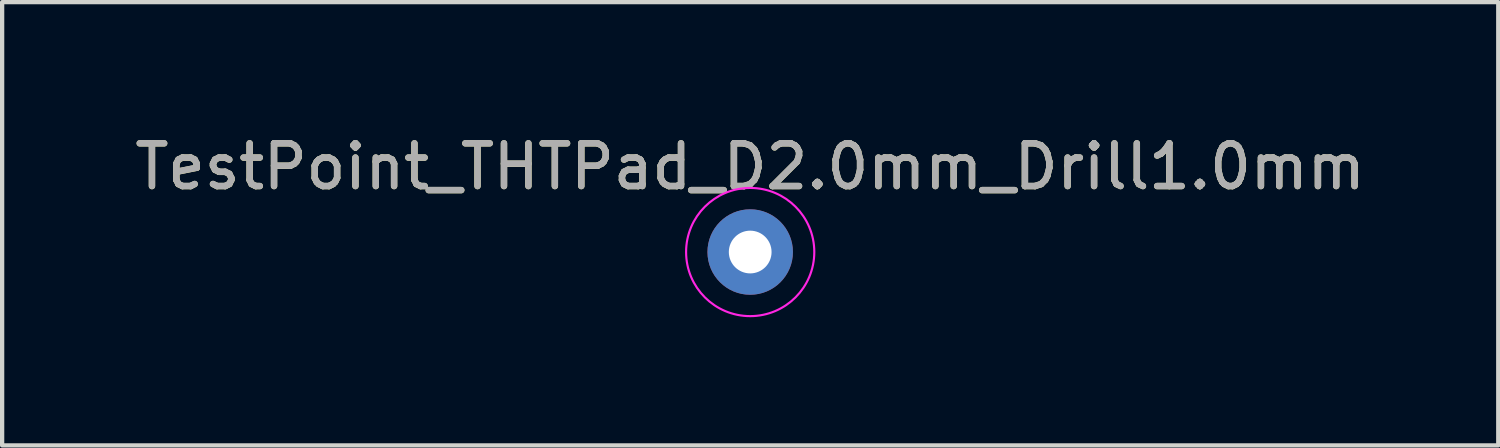
<source format=kicad_pcb>
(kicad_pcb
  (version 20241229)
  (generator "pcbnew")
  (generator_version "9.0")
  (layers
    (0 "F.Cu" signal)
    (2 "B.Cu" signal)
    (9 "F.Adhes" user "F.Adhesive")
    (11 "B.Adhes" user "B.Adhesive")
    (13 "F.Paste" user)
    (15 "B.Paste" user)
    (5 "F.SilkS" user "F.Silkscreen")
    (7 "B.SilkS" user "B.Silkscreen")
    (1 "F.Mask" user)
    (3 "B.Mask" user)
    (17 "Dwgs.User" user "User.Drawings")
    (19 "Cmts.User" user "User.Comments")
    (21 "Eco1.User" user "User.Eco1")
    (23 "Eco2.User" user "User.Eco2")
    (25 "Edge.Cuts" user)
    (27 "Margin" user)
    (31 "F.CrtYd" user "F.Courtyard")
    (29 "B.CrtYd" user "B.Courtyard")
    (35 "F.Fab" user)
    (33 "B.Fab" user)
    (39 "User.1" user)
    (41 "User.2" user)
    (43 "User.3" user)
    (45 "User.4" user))
  (footprint "TestPoint_THTPad_D2.0mm_Drill1.0mm"
    (layer "F.Cu")
    (at 14.506 2.848)
    (property "Reference" "TestPoint_THTPad_D2.0mm_Drill1.0mm" (at 0 -1.998 0) (layer "F.SilkS") (effects (font (size 1 1) (thickness 0.15))))
    (attr exclude_from_pos_files exclude_from_bom)
    (fp_circle (center 0 0) (end 1.5 0) (stroke (width 0.05) (type solid)) (fill no) (layer "F.CrtYd"))
    (fp_text user "${REFERENCE}" (at 0 -2 0) (layer "F.Fab") (effects (font (size 1 1) (thickness 0.15))))
    (pad "1" thru_hole circle (at 0 0) (size 2 2) (drill 1) (layers "*.Cu" "*.Mask")))
  (gr_rect
    (start -3 -3)
    (end 32.012 7.373)
    (stroke (width 0.1) (type default))
    (fill no)
    (layer "Edge.Cuts")))
</source>
